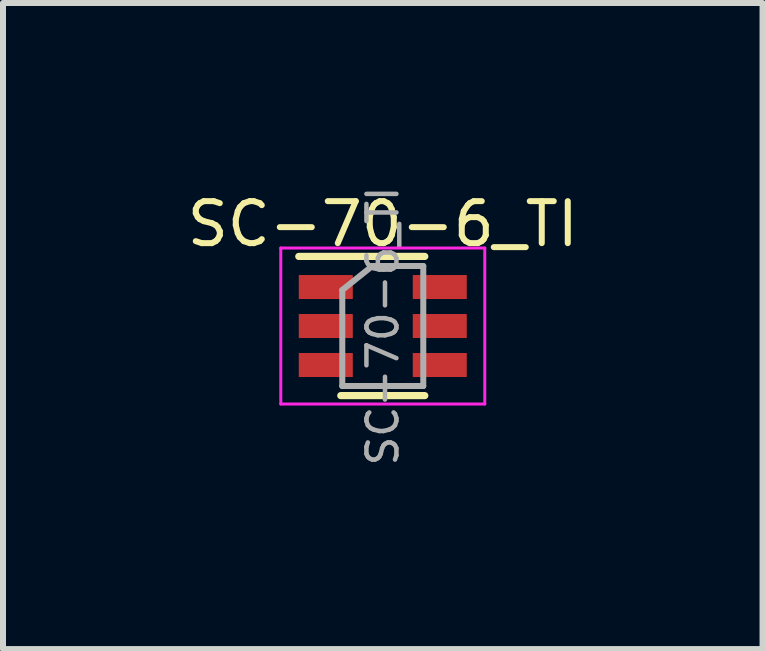
<source format=kicad_pcb>
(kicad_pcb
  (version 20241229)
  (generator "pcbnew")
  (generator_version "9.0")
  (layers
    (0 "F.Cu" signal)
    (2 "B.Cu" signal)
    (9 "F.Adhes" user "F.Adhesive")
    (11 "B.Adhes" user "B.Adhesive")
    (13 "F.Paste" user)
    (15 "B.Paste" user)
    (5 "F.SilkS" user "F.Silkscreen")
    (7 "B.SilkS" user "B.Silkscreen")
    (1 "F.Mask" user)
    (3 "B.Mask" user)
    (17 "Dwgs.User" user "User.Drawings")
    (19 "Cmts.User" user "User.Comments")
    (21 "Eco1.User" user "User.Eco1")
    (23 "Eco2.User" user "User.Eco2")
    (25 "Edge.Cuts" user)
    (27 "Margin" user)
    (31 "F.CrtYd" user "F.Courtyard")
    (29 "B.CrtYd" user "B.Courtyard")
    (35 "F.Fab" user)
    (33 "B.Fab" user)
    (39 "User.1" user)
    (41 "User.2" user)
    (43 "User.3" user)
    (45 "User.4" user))
  (footprint "SC-70-6_TI"
    (layer "F.Cu")
    (at 3.33 2.384)
    (property "Reference" "SC-70-6_TI" (at 0 -1.7 0) (layer "F.SilkS") (effects (font (size 0.7 0.7) (thickness 0.1))))
    (attr smd)
    (fp_line (start -0.7 1.16) (end 0.7 1.16) (stroke (width 0.12) (type solid)) (layer "F.SilkS"))
    (fp_line (start 0.7 -1.16) (end -1.4 -1.16) (stroke (width 0.12) (type solid)) (layer "F.SilkS"))
    (fp_line (start -1.7 -1.3) (end -1.7 1.3) (stroke (width 0.05) (type solid)) (layer "F.CrtYd"))
    (fp_line (start -1.7 -1.3) (end 1.7 -1.3) (stroke (width 0.05) (type solid)) (layer "F.CrtYd"))
    (fp_line (start -1.7 1.3) (end 1.7 1.3) (stroke (width 0.05) (type solid)) (layer "F.CrtYd"))
    (fp_line (start 1.7 1.3) (end 1.7 -1.3) (stroke (width 0.05) (type solid)) (layer "F.CrtYd"))
    (fp_line (start -0.675 -0.6) (end -0.675 1) (stroke (width 0.1) (type solid)) (layer "F.Fab"))
    (fp_line (start -0.175 -1) (end -0.675 -0.6) (stroke (width 0.1) (type solid)) (layer "F.Fab"))
    (fp_line (start 0.675 -1) (end -0.175 -1) (stroke (width 0.1) (type solid)) (layer "F.Fab"))
    (fp_line (start 0.675 -1) (end 0.675 1) (stroke (width 0.1) (type solid)) (layer "F.Fab"))
    (fp_line (start 0.675 1) (end -0.675 1) (stroke (width 0.1) (type solid)) (layer "F.Fab"))
    (fp_text user "${REFERENCE}" (at 0 0 90) (layer "F.Fab") (effects (font (size 0.5 0.5) (thickness 0.075))))
    (pad "1" smd rect (at -0.95 -0.65) (size 0.9 0.4) (layers "F.Cu" "F.Mask" "F.Paste"))
    (pad "2" smd rect (at -0.95 0) (size 0.9 0.4) (layers "F.Cu" "F.Mask" "F.Paste"))
    (pad "3" smd rect (at -0.95 0.65) (size 0.9 0.4) (layers "F.Cu" "F.Mask" "F.Paste"))
    (pad "4" smd rect (at 0.95 0.65) (size 0.9 0.4) (layers "F.Cu" "F.Mask" "F.Paste"))
    (pad "5" smd rect (at 0.95 0) (size 0.9 0.4) (layers "F.Cu" "F.Mask" "F.Paste"))
    (pad "6" smd rect (at 0.95 -0.65) (size 0.9 0.4) (layers "F.Cu" "F.Mask" "F.Paste")))
  (gr_rect
    (start -3 -3)
    (end 9.66 7.768)
    (stroke (width 0.1) (type default))
    (fill no)
    (layer "Edge.Cuts")))
</source>
